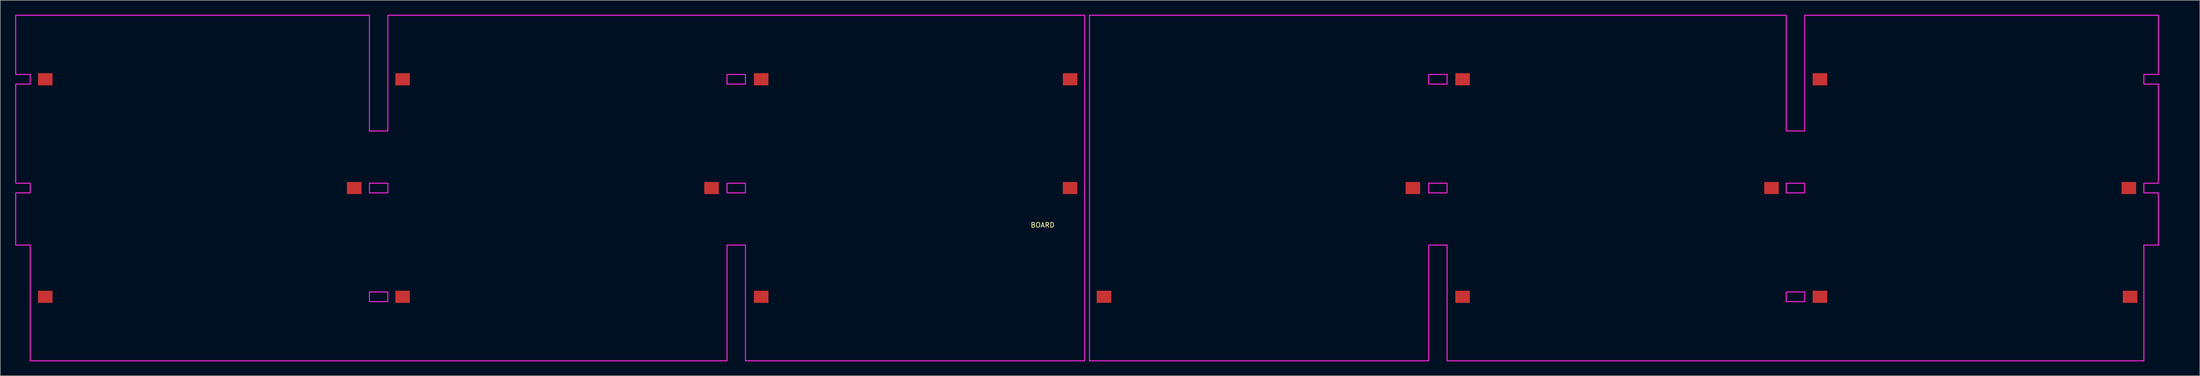
<source format=kicad_pcb>
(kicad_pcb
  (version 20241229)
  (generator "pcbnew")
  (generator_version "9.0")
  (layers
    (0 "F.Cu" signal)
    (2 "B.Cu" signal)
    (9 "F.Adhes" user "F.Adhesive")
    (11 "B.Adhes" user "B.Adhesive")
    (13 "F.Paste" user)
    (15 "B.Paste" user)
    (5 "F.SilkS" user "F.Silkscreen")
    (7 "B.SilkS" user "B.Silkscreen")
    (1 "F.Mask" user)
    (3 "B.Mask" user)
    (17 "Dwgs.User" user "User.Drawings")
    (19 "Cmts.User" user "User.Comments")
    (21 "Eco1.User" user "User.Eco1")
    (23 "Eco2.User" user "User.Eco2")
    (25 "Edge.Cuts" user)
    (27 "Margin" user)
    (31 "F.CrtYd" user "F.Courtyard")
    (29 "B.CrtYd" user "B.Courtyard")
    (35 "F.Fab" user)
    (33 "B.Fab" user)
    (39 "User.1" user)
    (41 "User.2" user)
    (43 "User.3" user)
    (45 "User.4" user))
  (footprint "BOARD"
    (layer "F.Cu")
    (at 221.29 35.85)
    (property "Reference" "BOARD" (at -9.172 7.657 0) (layer "F.SilkS") (effects (font (size 1 1) (thickness 0.15))))
    (attr through_hole)
    (fp_line (start -221.19 -35.75) (end -221.19 -23) (stroke (width 0.2) (type solid)) (layer "Margin"))
    (fp_line (start -221.19 -23) (end -218.19 -23) (stroke (width 0.2) (type solid)) (layer "Margin"))
    (fp_line (start -221.19 -22) (end -221.19 -0.5) (stroke (width 0.2) (type solid)) (layer "Margin"))
    (fp_line (start -221.19 -0.5) (end -218.19 -0.5) (stroke (width 0.2) (type solid)) (layer "Margin"))
    (fp_line (start -221.19 0.5) (end -221.19 12) (stroke (width 0.2) (type solid)) (layer "Margin"))
    (fp_line (start -221.19 12) (end -218.19 12) (stroke (width 0.2) (type solid)) (layer "Margin"))
    (fp_line (start -218.19 -23) (end -218.19 -22) (stroke (width 0.2) (type solid)) (layer "Margin"))
    (fp_line (start -218.19 -22) (end -221.19 -22) (stroke (width 0.2) (type solid)) (layer "Margin"))
    (fp_line (start -218.19 -0.5) (end -218.19 0.5) (stroke (width 0.2) (type solid)) (layer "Margin"))
    (fp_line (start -218.19 0.5) (end -221.19 0.5) (stroke (width 0.2) (type solid)) (layer "Margin"))
    (fp_line (start -218.19 12) (end -218.19 35.75) (stroke (width 0.2) (type solid)) (layer "Margin"))
    (fp_line (start -218.19 35.75) (end -74.21 35.75) (stroke (width 0.2) (type solid)) (layer "Margin"))
    (fp_line (start -148.1 -35.75) (end -221.19 -35.75) (stroke (width 0.2) (type solid)) (layer "Margin"))
    (fp_line (start -148.1 -12) (end -148.1 -35.75) (stroke (width 0.2) (type solid)) (layer "Margin"))
    (fp_line (start -148.1 -0.5) (end -144.3 -0.5) (stroke (width 0.2) (type solid)) (layer "Margin"))
    (fp_line (start -148.1 0.5) (end -148.1 -0.5) (stroke (width 0.2) (type solid)) (layer "Margin"))
    (fp_line (start -148.1 22) (end -144.3 22) (stroke (width 0.2) (type solid)) (layer "Margin"))
    (fp_line (start -148.1 23) (end -148.1 22) (stroke (width 0.2) (type solid)) (layer "Margin"))
    (fp_line (start -144.3 -35.75) (end -144.3 -12) (stroke (width 0.2) (type solid)) (layer "Margin"))
    (fp_line (start -144.3 -12) (end -148.1 -12) (stroke (width 0.2) (type solid)) (layer "Margin"))
    (fp_line (start -144.3 -0.5) (end -144.3 0.5) (stroke (width 0.2) (type solid)) (layer "Margin"))
    (fp_line (start -144.3 0.5) (end -148.1 0.5) (stroke (width 0.2) (type solid)) (layer "Margin"))
    (fp_line (start -144.3 22) (end -144.3 23) (stroke (width 0.2) (type solid)) (layer "Margin"))
    (fp_line (start -144.3 23) (end -148.1 23) (stroke (width 0.2) (type solid)) (layer "Margin"))
    (fp_line (start -74.21 -23) (end -70.41 -23) (stroke (width 0.2) (type solid)) (layer "Margin"))
    (fp_line (start -74.21 -22) (end -74.21 -23) (stroke (width 0.2) (type solid)) (layer "Margin"))
    (fp_line (start -74.21 -0.5) (end -70.41 -0.5) (stroke (width 0.2) (type solid)) (layer "Margin"))
    (fp_line (start -74.21 0.5) (end -74.21 -0.5) (stroke (width 0.2) (type solid)) (layer "Margin"))
    (fp_line (start -74.21 12) (end -70.41 12) (stroke (width 0.2) (type solid)) (layer "Margin"))
    (fp_line (start -74.21 35.75) (end -74.21 12) (stroke (width 0.2) (type solid)) (layer "Margin"))
    (fp_line (start -70.41 -23) (end -70.41 -22) (stroke (width 0.2) (type solid)) (layer "Margin"))
    (fp_line (start -70.41 -22) (end -74.21 -22) (stroke (width 0.2) (type solid)) (layer "Margin"))
    (fp_line (start -70.41 -0.5) (end -70.41 0.5) (stroke (width 0.2) (type solid)) (layer "Margin"))
    (fp_line (start -70.41 0.5) (end -74.21 0.5) (stroke (width 0.2) (type solid)) (layer "Margin"))
    (fp_line (start -70.41 12) (end -70.41 35.75) (stroke (width 0.2) (type solid)) (layer "Margin"))
    (fp_line (start -70.41 35.75) (end 75.77 35.75) (stroke (width 0.2) (type solid)) (layer "Margin"))
    (fp_line (start -0.32 -35.75) (end -144.3 -35.75) (stroke (width 0.2) (type solid)) (layer "Margin"))
    (fp_line (start -0.32 -12) (end -0.32 -35.75) (stroke (width 0.2) (type solid)) (layer "Margin"))
    (fp_line (start -0.32 -0.5) (end 5.68 -0.5) (stroke (width 0.2) (type solid)) (layer "Margin"))
    (fp_line (start -0.32 0.5) (end -0.32 -0.5) (stroke (width 0.2) (type solid)) (layer "Margin"))
    (fp_line (start -0.32 22) (end 5.68 22) (stroke (width 0.2) (type solid)) (layer "Margin"))
    (fp_line (start -0.32 23) (end -0.32 22) (stroke (width 0.2) (type solid)) (layer "Margin"))
    (fp_line (start 5.68 -35.75) (end 5.68 -12) (stroke (width 0.2) (type solid)) (layer "Margin"))
    (fp_line (start 5.68 -12) (end -0.32 -12) (stroke (width 0.2) (type solid)) (layer "Margin"))
    (fp_line (start 5.68 -0.5) (end 5.68 0.5) (stroke (width 0.2) (type solid)) (layer "Margin"))
    (fp_line (start 5.68 0.5) (end -0.32 0.5) (stroke (width 0.2) (type solid)) (layer "Margin"))
    (fp_line (start 5.68 22) (end 5.68 23) (stroke (width 0.2) (type solid)) (layer "Margin"))
    (fp_line (start 5.68 23) (end -0.32 23) (stroke (width 0.2) (type solid)) (layer "Margin"))
    (fp_line (start 75.77 -23) (end 79.57 -23) (stroke (width 0.2) (type solid)) (layer "Margin"))
    (fp_line (start 75.77 -22) (end 75.77 -23) (stroke (width 0.2) (type solid)) (layer "Margin"))
    (fp_line (start 75.77 -0.5) (end 79.57 -0.5) (stroke (width 0.2) (type solid)) (layer "Margin"))
    (fp_line (start 75.77 0.5) (end 75.77 -0.5) (stroke (width 0.2) (type solid)) (layer "Margin"))
    (fp_line (start 75.77 12) (end 79.57 12) (stroke (width 0.2) (type solid)) (layer "Margin"))
    (fp_line (start 75.77 35.75) (end 75.77 12) (stroke (width 0.2) (type solid)) (layer "Margin"))
    (fp_line (start 79.57 -23) (end 79.57 -22) (stroke (width 0.2) (type solid)) (layer "Margin"))
    (fp_line (start 79.57 -22) (end 75.77 -22) (stroke (width 0.2) (type solid)) (layer "Margin"))
    (fp_line (start 79.57 -0.5) (end 79.57 0.5) (stroke (width 0.2) (type solid)) (layer "Margin"))
    (fp_line (start 79.57 0.5) (end 75.77 0.5) (stroke (width 0.2) (type solid)) (layer "Margin"))
    (fp_line (start 79.57 12) (end 79.57 35.75) (stroke (width 0.2) (type solid)) (layer "Margin"))
    (fp_line (start 79.57 35.75) (end 223.55 35.75) (stroke (width 0.2) (type solid)) (layer "Margin"))
    (fp_line (start 149.66 -35.75) (end 5.68 -35.75) (stroke (width 0.2) (type solid)) (layer "Margin"))
    (fp_line (start 149.66 -12) (end 149.66 -35.75) (stroke (width 0.2) (type solid)) (layer "Margin"))
    (fp_line (start 149.66 -0.5) (end 153.46 -0.5) (stroke (width 0.2) (type solid)) (layer "Margin"))
    (fp_line (start 149.66 0.5) (end 149.66 -0.5) (stroke (width 0.2) (type solid)) (layer "Margin"))
    (fp_line (start 149.66 22) (end 153.46 22) (stroke (width 0.2) (type solid)) (layer "Margin"))
    (fp_line (start 149.66 23) (end 149.66 22) (stroke (width 0.2) (type solid)) (layer "Margin"))
    (fp_line (start 153.46 -35.75) (end 153.46 -12) (stroke (width 0.2) (type solid)) (layer "Margin"))
    (fp_line (start 153.46 -12) (end 149.66 -12) (stroke (width 0.2) (type solid)) (layer "Margin"))
    (fp_line (start 153.46 -0.5) (end 153.46 0.5) (stroke (width 0.2) (type solid)) (layer "Margin"))
    (fp_line (start 153.46 0.5) (end 149.66 0.5) (stroke (width 0.2) (type solid)) (layer "Margin"))
    (fp_line (start 153.46 22) (end 153.46 23) (stroke (width 0.2) (type solid)) (layer "Margin"))
    (fp_line (start 153.46 23) (end 149.66 23) (stroke (width 0.2) (type solid)) (layer "Margin"))
    (fp_line (start 223.55 -23) (end 226.55 -23) (stroke (width 0.2) (type solid)) (layer "Margin"))
    (fp_line (start 223.55 -22) (end 223.55 -23) (stroke (width 0.2) (type solid)) (layer "Margin"))
    (fp_line (start 223.55 -0.5) (end 226.55 -0.5) (stroke (width 0.2) (type solid)) (layer "Margin"))
    (fp_line (start 223.55 0.5) (end 223.55 -0.5) (stroke (width 0.2) (type solid)) (layer "Margin"))
    (fp_line (start 223.55 12) (end 226.55 12) (stroke (width 0.2) (type solid)) (layer "Margin"))
    (fp_line (start 223.55 35.75) (end 223.55 12) (stroke (width 0.2) (type solid)) (layer "Margin"))
    (fp_line (start 226.55 -35.75) (end 153.46 -35.75) (stroke (width 0.2) (type solid)) (layer "Margin"))
    (fp_line (start 226.55 -23) (end 226.55 -35.75) (stroke (width 0.2) (type solid)) (layer "Margin"))
    (fp_line (start 226.55 -22) (end 223.55 -22) (stroke (width 0.2) (type solid)) (layer "Margin"))
    (fp_line (start 226.55 -0.5) (end 226.55 -22) (stroke (width 0.2) (type solid)) (layer "Margin"))
    (fp_line (start 226.55 0.5) (end 223.55 0.5) (stroke (width 0.2) (type solid)) (layer "Margin"))
    (fp_line (start 226.55 12) (end 226.55 0.5) (stroke (width 0.2) (type solid)) (layer "Margin"))
    (fp_line (start -221.1 -35.75) (end -221.1 -23.5) (stroke (width 0.2) (type solid)) (layer "F.CrtYd"))
    (fp_line (start -221.1 -23.5) (end -218.1 -23.5) (stroke (width 0.2) (type solid)) (layer "F.CrtYd"))
    (fp_line (start -221.1 -21.5) (end -221.1 -1) (stroke (width 0.2) (type solid)) (layer "F.CrtYd"))
    (fp_line (start -221.1 -1) (end -218.1 -1) (stroke (width 0.2) (type solid)) (layer "F.CrtYd"))
    (fp_line (start -221.1 1) (end -221.1 11.8) (stroke (width 0.2) (type solid)) (layer "F.CrtYd"))
    (fp_line (start -221.1 11.8) (end -218.1 11.8) (stroke (width 0.2) (type solid)) (layer "F.CrtYd"))
    (fp_line (start -218.1 -23.5) (end -218.1 -21.5) (stroke (width 0.2) (type solid)) (layer "F.CrtYd"))
    (fp_line (start -218.1 -21.5) (end -221.1 -21.5) (stroke (width 0.2) (type solid)) (layer "F.CrtYd"))
    (fp_line (start -218.1 -1) (end -218.1 1) (stroke (width 0.2) (type solid)) (layer "F.CrtYd"))
    (fp_line (start -218.1 1) (end -221.1 1) (stroke (width 0.2) (type solid)) (layer "F.CrtYd"))
    (fp_line (start -218.1 11.8) (end -218.1 35.75) (stroke (width 0.2) (type solid)) (layer "F.CrtYd"))
    (fp_line (start -218.1 35.75) (end -74.3 35.75) (stroke (width 0.2) (type solid)) (layer "F.CrtYd"))
    (fp_line (start -148.1 -35.75) (end -221.1 -35.75) (stroke (width 0.2) (type solid)) (layer "F.CrtYd"))
    (fp_line (start -148.1 -11.8) (end -148.1 -35.75) (stroke (width 0.2) (type solid)) (layer "F.CrtYd"))
    (fp_line (start -148.1 -1) (end -144.3 -1) (stroke (width 0.2) (type solid)) (layer "F.CrtYd"))
    (fp_line (start -148.1 1) (end -148.1 -1) (stroke (width 0.2) (type solid)) (layer "F.CrtYd"))
    (fp_line (start -148.1 21.5) (end -144.3 21.5) (stroke (width 0.2) (type solid)) (layer "F.CrtYd"))
    (fp_line (start -148.1 23.5) (end -148.1 21.5) (stroke (width 0.2) (type solid)) (layer "F.CrtYd"))
    (fp_line (start -144.3 -35.75) (end -144.3 -11.8) (stroke (width 0.2) (type solid)) (layer "F.CrtYd"))
    (fp_line (start -144.3 -11.8) (end -148.1 -11.8) (stroke (width 0.2) (type solid)) (layer "F.CrtYd"))
    (fp_line (start -144.3 -1) (end -144.3 1) (stroke (width 0.2) (type solid)) (layer "F.CrtYd"))
    (fp_line (start -144.3 1) (end -148.1 1) (stroke (width 0.2) (type solid)) (layer "F.CrtYd"))
    (fp_line (start -144.3 21.5) (end -144.3 23.5) (stroke (width 0.2) (type solid)) (layer "F.CrtYd"))
    (fp_line (start -144.3 23.5) (end -148.1 23.5) (stroke (width 0.2) (type solid)) (layer "F.CrtYd"))
    (fp_line (start -74.3 -23.5) (end -70.5 -23.5) (stroke (width 0.2) (type solid)) (layer "F.CrtYd"))
    (fp_line (start -74.3 -21.5) (end -74.3 -23.5) (stroke (width 0.2) (type solid)) (layer "F.CrtYd"))
    (fp_line (start -74.3 -1) (end -70.5 -1) (stroke (width 0.2) (type solid)) (layer "F.CrtYd"))
    (fp_line (start -74.3 1) (end -74.3 -1) (stroke (width 0.2) (type solid)) (layer "F.CrtYd"))
    (fp_line (start -74.3 11.8) (end -70.5 11.8) (stroke (width 0.2) (type solid)) (layer "F.CrtYd"))
    (fp_line (start -74.3 35.75) (end -74.3 11.8) (stroke (width 0.2) (type solid)) (layer "F.CrtYd"))
    (fp_line (start -70.5 -23.5) (end -70.5 -21.5) (stroke (width 0.2) (type solid)) (layer "F.CrtYd"))
    (fp_line (start -70.5 -21.5) (end -74.3 -21.5) (stroke (width 0.2) (type solid)) (layer "F.CrtYd"))
    (fp_line (start -70.5 -1) (end -70.5 1) (stroke (width 0.2) (type solid)) (layer "F.CrtYd"))
    (fp_line (start -70.5 1) (end -74.3 1) (stroke (width 0.2) (type solid)) (layer "F.CrtYd"))
    (fp_line (start -70.5 11.8) (end -70.5 35.75) (stroke (width 0.2) (type solid)) (layer "F.CrtYd"))
    (fp_line (start -70.5 35.75) (end -0.5 35.75) (stroke (width 0.2) (type solid)) (layer "F.CrtYd"))
    (fp_line (start -0.5 -35.75) (end -144.3 -35.75) (stroke (width 0.2) (type solid)) (layer "F.CrtYd"))
    (fp_line (start -0.5 35.75) (end -0.5 -35.75) (stroke (width 0.2) (type solid)) (layer "F.CrtYd"))
    (fp_line (start 0.5 -35.75) (end 0.5 35.75) (stroke (width 0.2) (type solid)) (layer "F.CrtYd"))
    (fp_line (start 70.5 -23.5) (end 74.3 -23.5) (stroke (width 0.2) (type solid)) (layer "F.CrtYd"))
    (fp_line (start 70.5 -21.5) (end 70.5 -23.5) (stroke (width 0.2) (type solid)) (layer "F.CrtYd"))
    (fp_line (start 70.5 -1) (end 74.3 -1) (stroke (width 0.2) (type solid)) (layer "F.CrtYd"))
    (fp_line (start 70.5 1) (end 70.5 -1) (stroke (width 0.2) (type solid)) (layer "F.CrtYd"))
    (fp_line (start 70.5 11.8) (end 74.3 11.8) (stroke (width 0.2) (type solid)) (layer "F.CrtYd"))
    (fp_line (start 70.5 35.75) (end 0.5 35.75) (stroke (width 0.2) (type solid)) (layer "F.CrtYd"))
    (fp_line (start 70.5 35.75) (end 70.5 11.8) (stroke (width 0.2) (type solid)) (layer "F.CrtYd"))
    (fp_line (start 74.3 -23.5) (end 74.3 -21.5) (stroke (width 0.2) (type solid)) (layer "F.CrtYd"))
    (fp_line (start 74.3 -21.5) (end 70.5 -21.5) (stroke (width 0.2) (type solid)) (layer "F.CrtYd"))
    (fp_line (start 74.3 -1) (end 74.3 1) (stroke (width 0.2) (type solid)) (layer "F.CrtYd"))
    (fp_line (start 74.3 1) (end 70.5 1) (stroke (width 0.2) (type solid)) (layer "F.CrtYd"))
    (fp_line (start 74.3 11.8) (end 74.3 35.75) (stroke (width 0.2) (type solid)) (layer "F.CrtYd"))
    (fp_line (start 74.3 35.75) (end 218.1 35.75) (stroke (width 0.2) (type solid)) (layer "F.CrtYd"))
    (fp_line (start 144.3 -35.75) (end 0.5 -35.75) (stroke (width 0.2) (type solid)) (layer "F.CrtYd"))
    (fp_line (start 144.3 -11.8) (end 144.3 -35.75) (stroke (width 0.2) (type solid)) (layer "F.CrtYd"))
    (fp_line (start 144.3 -1) (end 148.1 -1) (stroke (width 0.2) (type solid)) (layer "F.CrtYd"))
    (fp_line (start 144.3 1) (end 144.3 -1) (stroke (width 0.2) (type solid)) (layer "F.CrtYd"))
    (fp_line (start 144.3 21.5) (end 148.1 21.5) (stroke (width 0.2) (type solid)) (layer "F.CrtYd"))
    (fp_line (start 144.3 23.5) (end 144.3 21.5) (stroke (width 0.2) (type solid)) (layer "F.CrtYd"))
    (fp_line (start 148.1 -35.75) (end 148.1 -11.8) (stroke (width 0.2) (type solid)) (layer "F.CrtYd"))
    (fp_line (start 148.1 -11.8) (end 144.3 -11.8) (stroke (width 0.2) (type solid)) (layer "F.CrtYd"))
    (fp_line (start 148.1 -1) (end 148.1 1) (stroke (width 0.2) (type solid)) (layer "F.CrtYd"))
    (fp_line (start 148.1 1) (end 144.3 1) (stroke (width 0.2) (type solid)) (layer "F.CrtYd"))
    (fp_line (start 148.1 21.5) (end 148.1 23.5) (stroke (width 0.2) (type solid)) (layer "F.CrtYd"))
    (fp_line (start 148.1 23.5) (end 144.3 23.5) (stroke (width 0.2) (type solid)) (layer "F.CrtYd"))
    (fp_line (start 218.1 -23.5) (end 221.1 -23.5) (stroke (width 0.2) (type solid)) (layer "F.CrtYd"))
    (fp_line (start 218.1 -21.5) (end 218.1 -23.5) (stroke (width 0.2) (type solid)) (layer "F.CrtYd"))
    (fp_line (start 218.1 -1) (end 221.1 -1) (stroke (width 0.2) (type solid)) (layer "F.CrtYd"))
    (fp_line (start 218.1 1) (end 218.1 -1) (stroke (width 0.2) (type solid)) (layer "F.CrtYd"))
    (fp_line (start 218.1 11.8) (end 221.1 11.8) (stroke (width 0.2) (type solid)) (layer "F.CrtYd"))
    (fp_line (start 218.1 35.75) (end 218.1 11.8) (stroke (width 0.2) (type solid)) (layer "F.CrtYd"))
    (fp_line (start 221.1 -35.75) (end 148.1 -35.75) (stroke (width 0.2) (type solid)) (layer "F.CrtYd"))
    (fp_line (start 221.1 -23.5) (end 221.1 -35.75) (stroke (width 0.2) (type solid)) (layer "F.CrtYd"))
    (fp_line (start 221.1 -21.5) (end 218.1 -21.5) (stroke (width 0.2) (type solid)) (layer "F.CrtYd"))
    (fp_line (start 221.1 -1) (end 221.1 -21.5) (stroke (width 0.2) (type solid)) (layer "F.CrtYd"))
    (fp_line (start 221.1 1) (end 218.1 1) (stroke (width 0.2) (type solid)) (layer "F.CrtYd"))
    (fp_line (start 221.1 11.8) (end 221.1 1) (stroke (width 0.2) (type solid)) (layer "F.CrtYd"))
    (pad "1" smd rect (at -215 22.5 90) (size 2.5 3) (layers "F.Cu" "F.Mask" "F.Paste"))
    (pad "2" smd rect (at -151.25 0 90) (size 2.5 3) (layers "F.Cu" "F.Mask" "F.Paste"))
    (pad "3" smd rect (at -215 -22.5 90) (size 2.5 3) (layers "F.Cu" "F.Mask" "F.Paste"))
    (pad "4" smd rect (at -141.25 -22.5 90) (size 2.5 3) (layers "F.Cu" "F.Mask" "F.Paste"))
    (pad "5" smd rect (at -77.5 0 90) (size 2.5 3) (layers "F.Cu" "F.Mask" "F.Paste"))
    (pad "6" smd rect (at -141.25 22.5 270) (size 2.5 3) (layers "F.Cu" "F.Mask" "F.Paste"))
    (pad "7" smd rect (at -67.25 22.5 90) (size 2.5 3) (layers "F.Cu" "F.Mask" "F.Paste"))
    (pad "8" smd rect (at -3.5 0 90) (size 2.5 3) (layers "F.Cu" "F.Mask" "F.Paste"))
    (pad "9" smd rect (at -67.25 -22.5 90) (size 2.5 3) (layers "F.Cu" "F.Mask" "F.Paste"))
    (pad "10" smd rect (at -3.5 -22.5 90) (size 2.5 3) (layers "F.Cu" "F.Mask" "F.Paste"))
    (pad "11" smd rect (at 67.25 0 90) (size 2.5 3) (layers "F.Cu" "F.Mask" "F.Paste"))
    (pad "12" smd rect (at 3.5 22.5 90) (size 2.5 3) (layers "F.Cu" "F.Mask" "F.Paste"))
    (pad "13" smd rect (at 77.5 22.5 90) (size 2.5 3) (layers "F.Cu" "F.Mask" "F.Paste"))
    (pad "14" smd rect (at 141.25 0 90) (size 2.5 3) (layers "F.Cu" "F.Mask" "F.Paste"))
    (pad "15" smd rect (at 77.5 -22.5 90) (size 2.5 3) (layers "F.Cu" "F.Mask" "F.Paste"))
    (pad "16" smd rect (at 151.25 -22.5 90) (size 2.5 3) (layers "F.Cu" "F.Mask" "F.Paste"))
    (pad "17" smd rect (at 215 0 90) (size 2.5 3) (layers "F.Cu" "F.Mask" "F.Paste"))
    (pad "18" smd rect (at 151.25 22.5 90) (size 2.5 3) (layers "F.Cu" "F.Mask" "F.Paste"))
    (pad "19" smd rect (at 215.25 22.5 90) (size 2.5 3) (layers "F.Cu" "F.Mask" "F.Paste")))
  (gr_rect
    (start -3 -3)
    (end 450.94 74.7)
    (stroke (width 0.1) (type default))
    (fill no)
    (layer "Edge.Cuts")))
</source>
